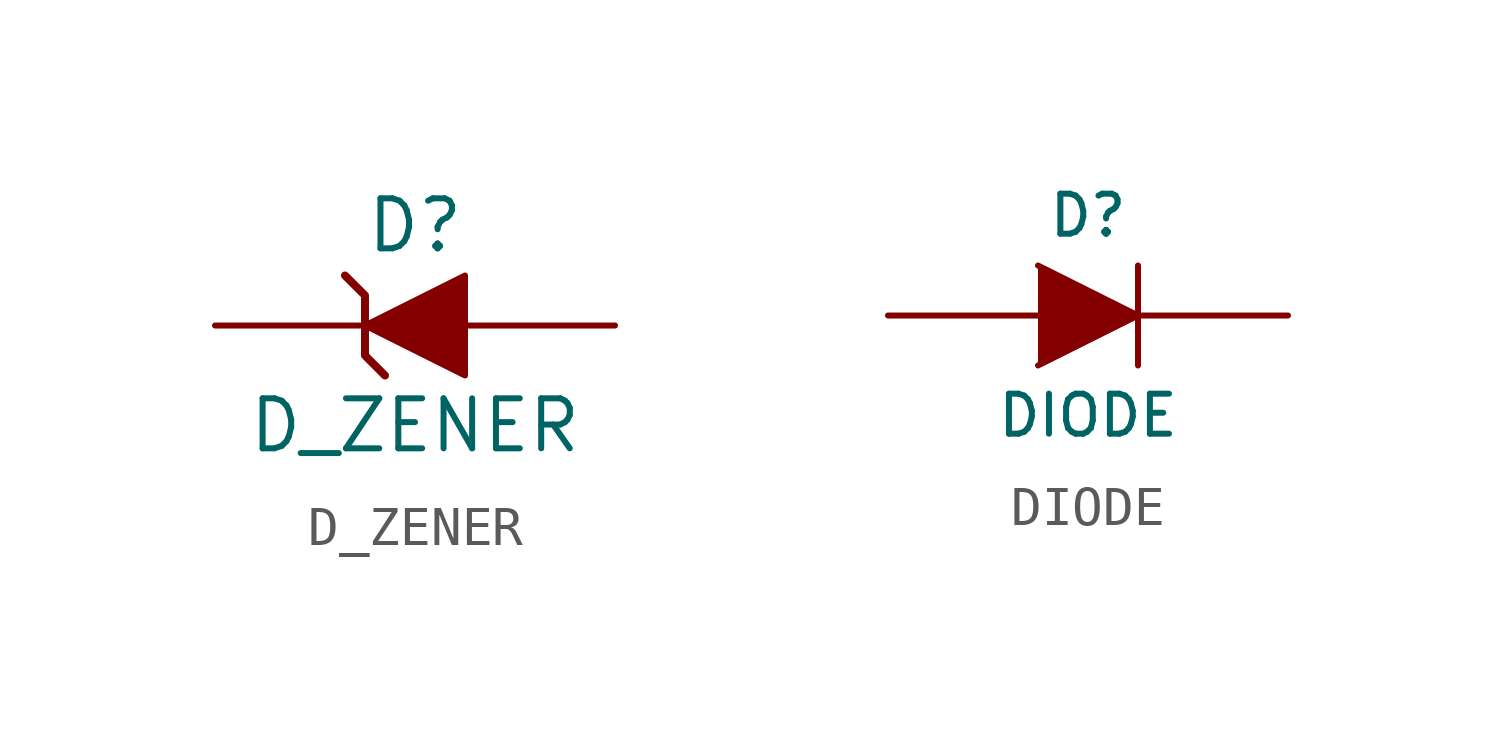
<source format=kicad_sym>
(kicad_symbol_lib
  (version 20211014)
  (generator kicad_symbol_editor)
  (symbol "D_ZENER"
    (pin_numbers hide)
    (pin_names
      (offset 1.016) hide)
    (property "Reference" "D"
      (at 0 2.54 0)
      (effects (font (size 1.27 1.27))))
    (property "Value" "D_ZENER"
      (at 0 -2.54 0)
      (effects (font (size 1.27 1.27))))
    (property "Footprint" ""
      (at 0 0 0)
      (effects (font (size 1.524 1.524))))
    (property "Datasheet" ""
      (at 0 0 0)
      (effects (font (size 1.524 1.524))))
    (symbol "D_ZENER_0_1"
      (polyline (pts (xy -1.778 1.27) (xy -1.27 0.762) (xy -1.27 -0.762) (xy -0.762 -1.27) (xy -0.762 -1.27)) (stroke (width 0.203) (type default) (color 0 0 0 0)) (fill (type none)))
      (polyline (pts (xy -1.27 0) (xy 1.27 1.27) (xy 1.27 -1.27) (xy -1.27 0) (xy -1.27 0)) (stroke (width 0) (type default) (color 0 0 0 0)) (fill (type outline))))
    (symbol "D_ZENER_1_1"
      (pin passive line (at -5.08 0 0) (length 3.81) (name "K" (effects (font (size 1.27 1.27)))) (number "1" (effects (font (size 1.27 1.27)))))
      (pin passive line (at 5.08 0 180) (length 3.81) (name "A" (effects (font (size 1.27 1.27)))) (number "2" (effects (font (size 1.27 1.27)))))))
  (symbol "DIODE"
    (pin_numbers hide)
    (pin_names
      (offset 1.016) hide)
    (property "Reference" "D"
      (at 0 2.54 0)
      (effects (font (size 1.016 1.016))))
    (property "Value" "DIODE"
      (at 0 -2.54 0)
      (effects (font (size 1.016 1.016))))
    (property "Footprint" ""
      (at 0 0 0)
      (effects (font (size 1.524 1.524))))
    (property "Datasheet" ""
      (at 0 0 0)
      (effects (font (size 1.524 1.524))))
    (symbol "DIODE_0_1"
      (polyline (pts (xy 1.27 1.27) (xy 1.27 -1.27)) (stroke (width 0.152) (type default) (color 0 0 0 0)) (fill (type none)))
      (polyline (pts (xy -1.27 1.27) (xy 1.27 0) (xy -1.27 -1.27)) (stroke (width 0) (type default) (color 0 0 0 0)) (fill (type outline))))
    (symbol "DIODE_1_1"
      (pin passive line (at 5.08 0 180) (length 3.81) (name "K" (effects (font (size 1.016 1.016)))) (number "1" (effects (font (size 1.016 1.016)))))
      (pin passive line (at -5.08 0 0) (length 3.81) (name "A" (effects (font (size 1.016 1.016)))) (number "2" (effects (font (size 1.016 1.016))))))))
</source>
